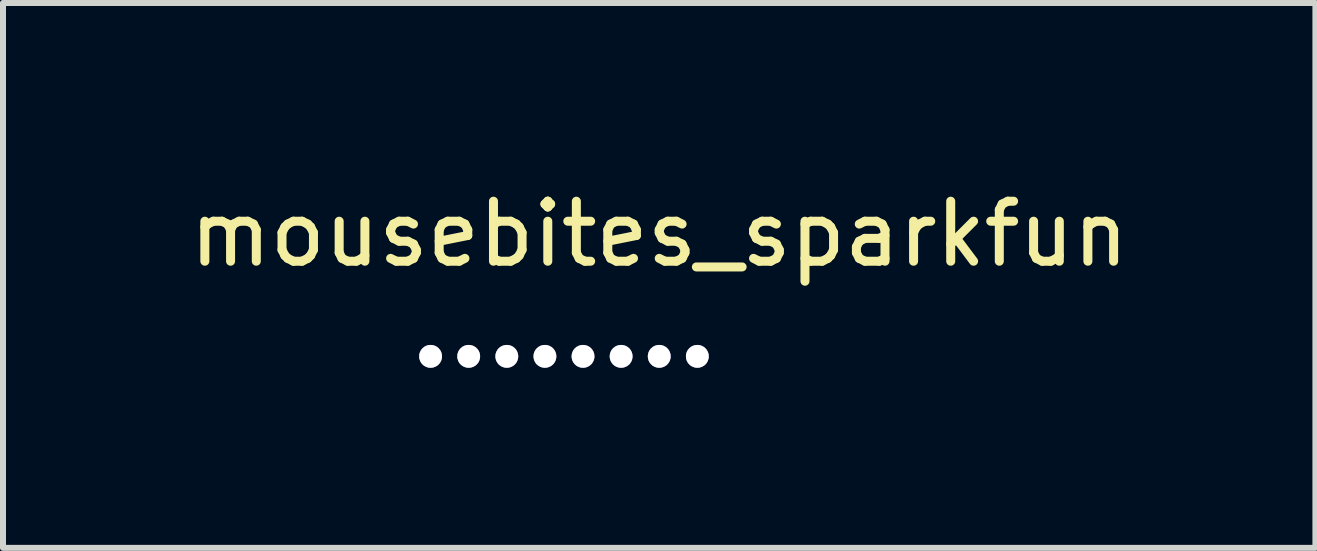
<source format=kicad_pcb>
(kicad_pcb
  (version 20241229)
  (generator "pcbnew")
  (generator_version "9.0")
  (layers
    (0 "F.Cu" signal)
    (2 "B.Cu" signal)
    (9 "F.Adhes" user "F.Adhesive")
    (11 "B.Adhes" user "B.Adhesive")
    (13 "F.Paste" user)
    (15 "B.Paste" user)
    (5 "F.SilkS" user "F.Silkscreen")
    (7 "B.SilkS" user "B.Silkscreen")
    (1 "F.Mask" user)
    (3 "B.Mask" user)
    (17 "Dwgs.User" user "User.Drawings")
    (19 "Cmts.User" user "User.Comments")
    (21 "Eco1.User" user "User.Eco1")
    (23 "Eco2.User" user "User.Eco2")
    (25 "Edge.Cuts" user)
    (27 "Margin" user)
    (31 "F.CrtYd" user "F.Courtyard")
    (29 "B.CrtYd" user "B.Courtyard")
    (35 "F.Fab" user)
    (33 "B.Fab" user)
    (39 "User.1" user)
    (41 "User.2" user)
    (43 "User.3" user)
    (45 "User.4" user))
  (footprint "mousebites_sparkfun"
    (layer "F.Cu")
    (at 7.935 0.348)
    (property "Reference" "mousebites_sparkfun" (at 0 0.5 0) (layer "F.SilkS") (effects (font (size 1 1) (thickness 0.15))))
    (attr through_hole)
    (pad "1" thru_hole circle (at -3.81 2.54) (size 0.381 0.381) (drill 0.381) (layers "*.Cu" "*.Mask"))
    (pad "2" thru_hole circle (at -3.175 2.54) (size 0.381 0.381) (drill 0.381) (layers "*.Cu" "*.Mask"))
    (pad "3" thru_hole circle (at -2.54 2.54) (size 0.381 0.381) (drill 0.381) (layers "*.Cu" "*.Mask"))
    (pad "4" thru_hole circle (at -1.905 2.54) (size 0.381 0.381) (drill 0.381) (layers "*.Cu" "*.Mask"))
    (pad "5" thru_hole circle (at -1.27 2.54) (size 0.381 0.381) (drill 0.381) (layers "*.Cu" "*.Mask"))
    (pad "6" thru_hole circle (at -0.635 2.54) (size 0.381 0.381) (drill 0.381) (layers "*.Cu" "*.Mask"))
    (pad "7" thru_hole circle (at 0 2.54) (size 0.381 0.381) (drill 0.381) (layers "*.Cu" "*.Mask"))
    (pad "8" thru_hole circle (at 0.635 2.54) (size 0.381 0.381) (drill 0.381) (layers "*.Cu" "*.Mask")))
  (gr_rect
    (start -3 -3)
    (end 18.869 6.079)
    (stroke (width 0.1) (type default))
    (fill no)
    (layer "Edge.Cuts")))
</source>
